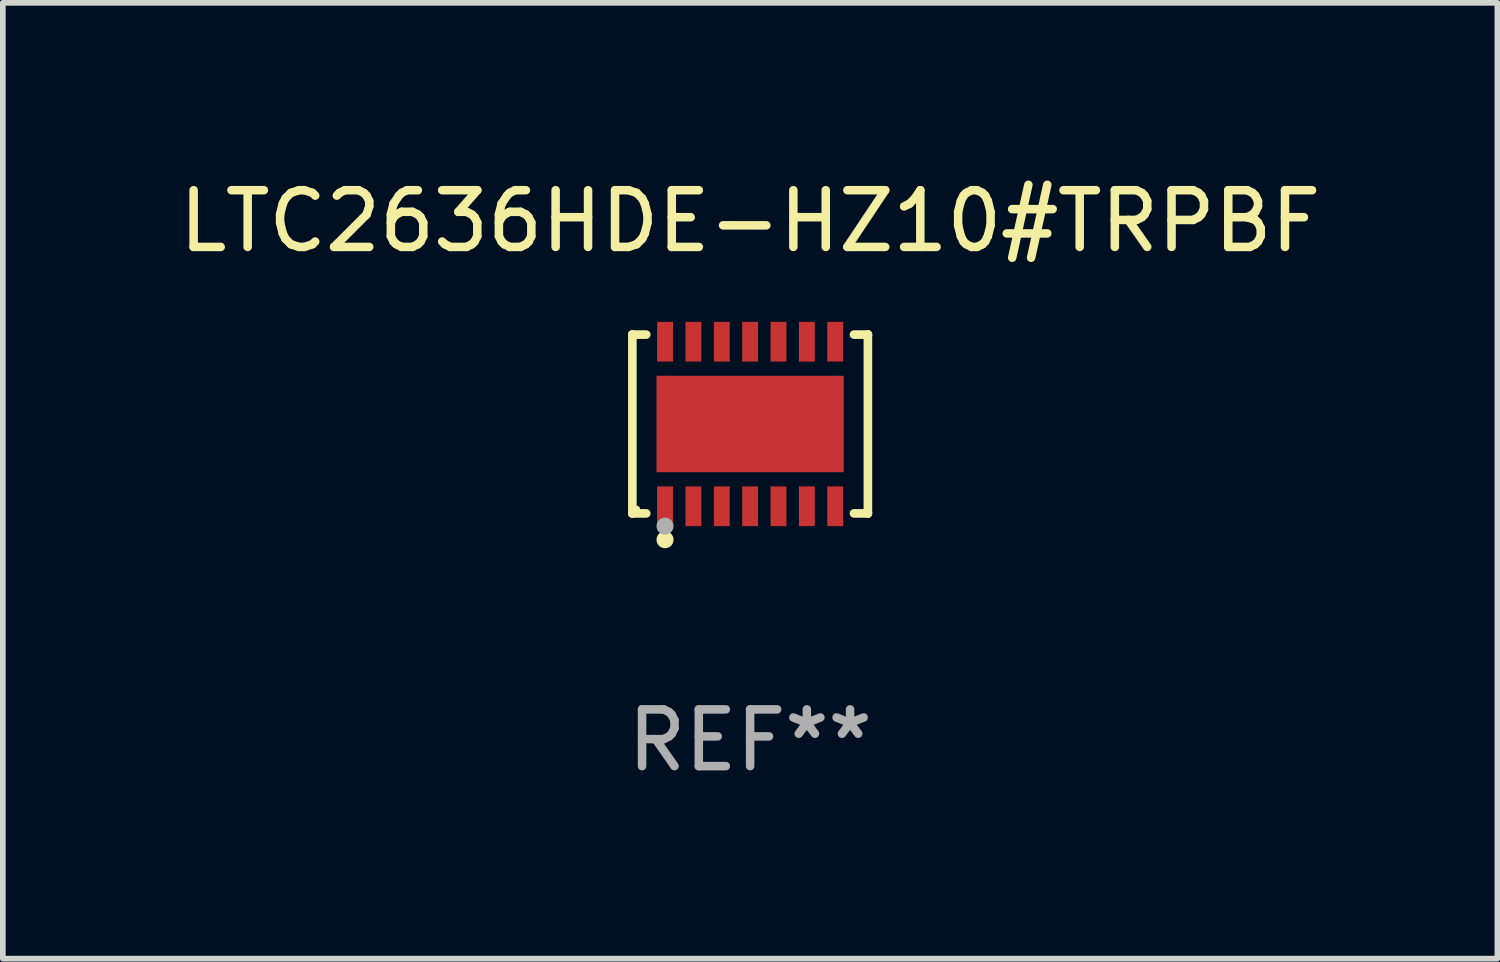
<source format=kicad_pcb>
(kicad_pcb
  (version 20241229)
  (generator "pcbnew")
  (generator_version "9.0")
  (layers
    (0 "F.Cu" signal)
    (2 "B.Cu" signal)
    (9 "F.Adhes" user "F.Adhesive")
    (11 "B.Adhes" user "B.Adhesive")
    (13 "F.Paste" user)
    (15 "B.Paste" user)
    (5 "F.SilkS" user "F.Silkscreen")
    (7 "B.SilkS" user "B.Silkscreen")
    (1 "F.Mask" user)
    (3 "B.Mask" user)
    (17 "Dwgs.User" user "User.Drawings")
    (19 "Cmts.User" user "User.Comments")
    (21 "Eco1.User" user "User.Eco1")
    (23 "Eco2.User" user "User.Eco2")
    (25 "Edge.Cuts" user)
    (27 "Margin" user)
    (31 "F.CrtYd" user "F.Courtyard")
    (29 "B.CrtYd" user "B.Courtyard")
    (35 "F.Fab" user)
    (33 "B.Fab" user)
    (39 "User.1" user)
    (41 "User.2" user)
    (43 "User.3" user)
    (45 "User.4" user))
  (footprint "LTC2636HDE-HZ10#TRPBF"
    (layer "F.Cu")
    (at 10.173 4.424)
    (property "Reference" "LTC2636HDE-HZ10#TRPBF" (at 0 -3.576 0) (layer "F.SilkS") (effects (font (size 1 1) (thickness 0.15))))
    (attr through_hole)
    (fp_line (start -2.076 -1.576) (end -2.076 -1.576) (stroke (width 0.152) (type solid)) (layer "F.SilkS"))
    (fp_line (start -2.076 -1.576) (end -1.831 -1.576) (stroke (width 0.152) (type solid)) (layer "F.SilkS"))
    (fp_line (start -2.076 1.576) (end -2.076 -1.576) (stroke (width 0.152) (type solid)) (layer "F.SilkS"))
    (fp_line (start -2.076 1.576) (end -2.076 1.576) (stroke (width 0.152) (type solid)) (layer "F.SilkS"))
    (fp_line (start -1.831 1.576) (end -2.076 1.576) (stroke (width 0.152) (type solid)) (layer "F.SilkS"))
    (fp_line (start 1.831 1.576) (end 2.076 1.576) (stroke (width 0.152) (type solid)) (layer "F.SilkS"))
    (fp_line (start 2.076 -1.576) (end 1.831 -1.576) (stroke (width 0.152) (type solid)) (layer "F.SilkS"))
    (fp_line (start 2.076 -1.576) (end 2.076 -1.576) (stroke (width 0.152) (type solid)) (layer "F.SilkS"))
    (fp_line (start 2.076 1.576) (end 2.076 -1.576) (stroke (width 0.152) (type solid)) (layer "F.SilkS"))
    (fp_line (start 2.076 1.576) (end 2.076 1.576) (stroke (width 0.152) (type solid)) (layer "F.SilkS"))
    (fp_circle (center -2 1.5) (end -1.97 1.5) (stroke (width 0.06) (type solid)) (fill no) (layer "F.SilkS"))
    (fp_circle (center -1.5 2.04) (end -1.425 2.04) (stroke (width 0.15) (type solid)) (fill no) (layer "F.SilkS"))
    (fp_circle (center -1.5 1.8) (end -1.425 1.8) (stroke (width 0.15) (type solid)) (fill no) (layer "F.Fab"))
    (fp_text user "REF**" (at 0 5.576 0) (layer "F.Fab") (effects (font (size 1 1) (thickness 0.15))))
    (pad "1" smd rect (at -1.5 1.45) (size 0.28 0.7) (layers "F.Cu" "F.Mask" "F.Paste"))
    (pad "2" smd rect (at -1 1.45) (size 0.28 0.7) (layers "F.Cu" "F.Mask" "F.Paste"))
    (pad "3" smd rect (at -0.5 1.45) (size 0.28 0.7) (layers "F.Cu" "F.Mask" "F.Paste"))
    (pad "4" smd rect (at 0 1.45) (size 0.28 0.7) (layers "F.Cu" "F.Mask" "F.Paste"))
    (pad "5" smd rect (at 0.5 1.45) (size 0.28 0.7) (layers "F.Cu" "F.Mask" "F.Paste"))
    (pad "6" smd rect (at 1 1.45) (size 0.28 0.7) (layers "F.Cu" "F.Mask" "F.Paste"))
    (pad "7" smd rect (at 1.5 1.45) (size 0.28 0.7) (layers "F.Cu" "F.Mask" "F.Paste"))
    (pad "8" smd rect (at 1.5 -1.45) (size 0.28 0.7) (layers "F.Cu" "F.Mask" "F.Paste"))
    (pad "9" smd rect (at 1 -1.45) (size 0.28 0.7) (layers "F.Cu" "F.Mask" "F.Paste"))
    (pad "10" smd rect (at 0.5 -1.45) (size 0.28 0.7) (layers "F.Cu" "F.Mask" "F.Paste"))
    (pad "11" smd rect (at 0 -1.45) (size 0.28 0.7) (layers "F.Cu" "F.Mask" "F.Paste"))
    (pad "12" smd rect (at -0.5 -1.45) (size 0.28 0.7) (layers "F.Cu" "F.Mask" "F.Paste"))
    (pad "13" smd rect (at -1 -1.45) (size 0.28 0.7) (layers "F.Cu" "F.Mask" "F.Paste"))
    (pad "14" smd rect (at -1.5 -1.45) (size 0.28 0.7) (layers "F.Cu" "F.Mask" "F.Paste"))
    (pad "15" smd rect (at 0 0) (size 3.3 1.7) (layers "F.Cu" "F.Mask" "F.Paste")))
  (gr_rect
    (start -3 -3)
    (end 23.345 13.849)
    (stroke (width 0.1) (type default))
    (fill no)
    (layer "Edge.Cuts")))
</source>
